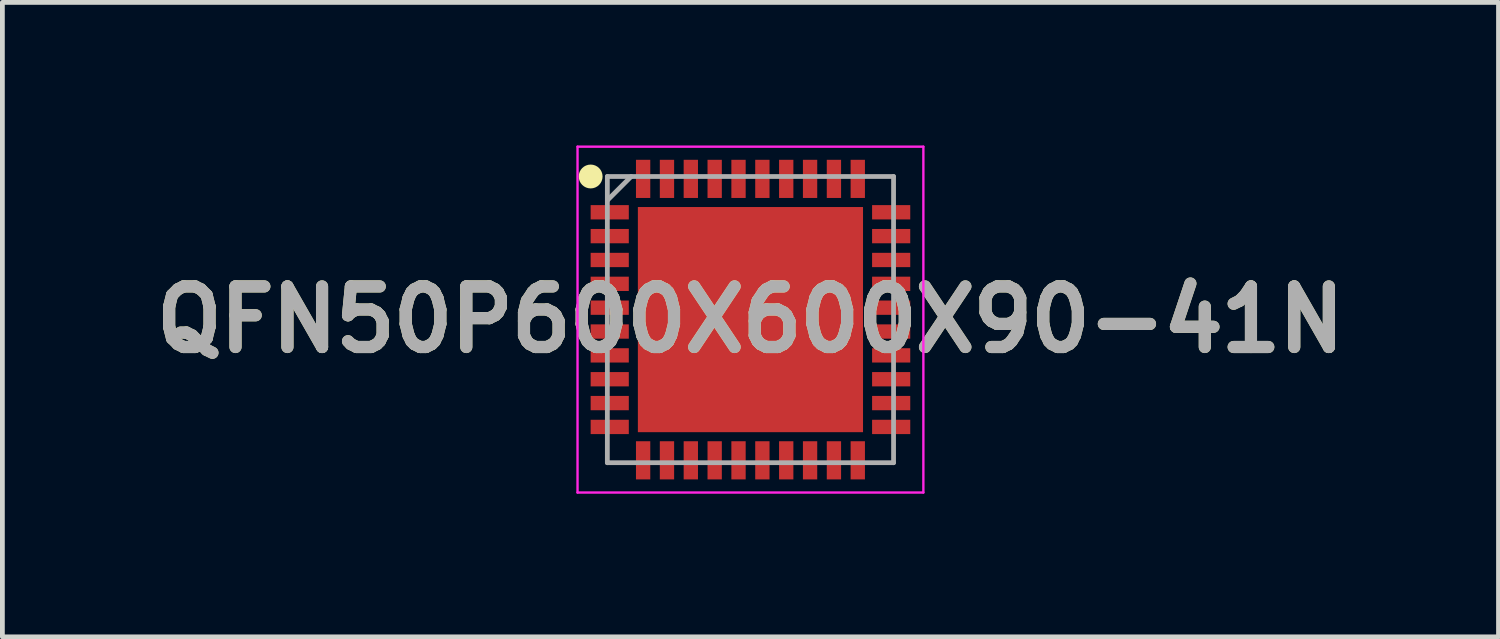
<source format=kicad_pcb>
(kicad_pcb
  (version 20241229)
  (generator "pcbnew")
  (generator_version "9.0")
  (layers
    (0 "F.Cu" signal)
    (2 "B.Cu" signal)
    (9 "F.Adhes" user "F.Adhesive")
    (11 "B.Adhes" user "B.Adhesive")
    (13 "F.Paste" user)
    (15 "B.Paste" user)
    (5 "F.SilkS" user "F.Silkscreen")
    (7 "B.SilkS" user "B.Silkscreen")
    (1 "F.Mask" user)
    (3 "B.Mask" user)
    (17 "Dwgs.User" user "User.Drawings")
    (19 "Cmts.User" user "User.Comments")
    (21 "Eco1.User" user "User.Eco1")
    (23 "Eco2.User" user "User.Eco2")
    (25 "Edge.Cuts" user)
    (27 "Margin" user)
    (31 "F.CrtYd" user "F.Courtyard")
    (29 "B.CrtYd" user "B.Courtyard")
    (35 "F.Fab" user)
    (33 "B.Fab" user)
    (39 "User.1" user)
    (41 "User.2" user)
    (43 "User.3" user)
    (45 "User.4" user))
  (footprint "QFN50P600X600X90-41N"
    (layer "F.Cu")
    (at 12.682 3.65)
    (property "Reference" "QFN50P600X600X90-41N" (at 0 0 0) (layer "F.SilkS") (effects (font (size 1.27 1.27) (thickness 0.254))))
    (attr smd)
    (fp_circle (center -3.35 -3) (end -3.35 -2.875) (stroke (width 0.25) (type solid)) (fill no) (layer "F.SilkS"))
    (fp_line (start -3.625 -3.625) (end 3.625 -3.625) (stroke (width 0.05) (type solid)) (layer "F.CrtYd"))
    (fp_line (start -3.625 3.625) (end -3.625 -3.625) (stroke (width 0.05) (type solid)) (layer "F.CrtYd"))
    (fp_line (start 3.625 -3.625) (end 3.625 3.625) (stroke (width 0.05) (type solid)) (layer "F.CrtYd"))
    (fp_line (start 3.625 3.625) (end -3.625 3.625) (stroke (width 0.05) (type solid)) (layer "F.CrtYd"))
    (fp_line (start -3 -3) (end 3 -3) (stroke (width 0.1) (type solid)) (layer "F.Fab"))
    (fp_line (start -3 -2.5) (end -2.5 -3) (stroke (width 0.1) (type solid)) (layer "F.Fab"))
    (fp_line (start -3 3) (end -3 -3) (stroke (width 0.1) (type solid)) (layer "F.Fab"))
    (fp_line (start 3 -3) (end 3 3) (stroke (width 0.1) (type solid)) (layer "F.Fab"))
    (fp_line (start 3 3) (end -3 3) (stroke (width 0.1) (type solid)) (layer "F.Fab"))
    (fp_text user "${REFERENCE}" (at 0 0 0) (layer "F.Fab") (effects (font (size 1.27 1.27) (thickness 0.254))))
    (pad "1" smd rect (at -2.95 -2.25 90) (size 0.3 0.8) (layers "F.Cu" "F.Mask" "F.Paste"))
    (pad "2" smd rect (at -2.95 -1.75 90) (size 0.3 0.8) (layers "F.Cu" "F.Mask" "F.Paste"))
    (pad "3" smd rect (at -2.95 -1.25 90) (size 0.3 0.8) (layers "F.Cu" "F.Mask" "F.Paste"))
    (pad "4" smd rect (at -2.95 -0.75 90) (size 0.3 0.8) (layers "F.Cu" "F.Mask" "F.Paste"))
    (pad "5" smd rect (at -2.95 -0.25 90) (size 0.3 0.8) (layers "F.Cu" "F.Mask" "F.Paste"))
    (pad "6" smd rect (at -2.95 0.25 90) (size 0.3 0.8) (layers "F.Cu" "F.Mask" "F.Paste"))
    (pad "7" smd rect (at -2.95 0.75 90) (size 0.3 0.8) (layers "F.Cu" "F.Mask" "F.Paste"))
    (pad "8" smd rect (at -2.95 1.25 90) (size 0.3 0.8) (layers "F.Cu" "F.Mask" "F.Paste"))
    (pad "9" smd rect (at -2.95 1.75 90) (size 0.3 0.8) (layers "F.Cu" "F.Mask" "F.Paste"))
    (pad "10" smd rect (at -2.95 2.25 90) (size 0.3 0.8) (layers "F.Cu" "F.Mask" "F.Paste"))
    (pad "11" smd rect (at -2.25 2.95) (size 0.3 0.8) (layers "F.Cu" "F.Mask" "F.Paste"))
    (pad "12" smd rect (at -1.75 2.95) (size 0.3 0.8) (layers "F.Cu" "F.Mask" "F.Paste"))
    (pad "13" smd rect (at -1.25 2.95) (size 0.3 0.8) (layers "F.Cu" "F.Mask" "F.Paste"))
    (pad "14" smd rect (at -0.75 2.95) (size 0.3 0.8) (layers "F.Cu" "F.Mask" "F.Paste"))
    (pad "15" smd rect (at -0.25 2.95) (size 0.3 0.8) (layers "F.Cu" "F.Mask" "F.Paste"))
    (pad "16" smd rect (at 0.25 2.95) (size 0.3 0.8) (layers "F.Cu" "F.Mask" "F.Paste"))
    (pad "17" smd rect (at 0.75 2.95) (size 0.3 0.8) (layers "F.Cu" "F.Mask" "F.Paste"))
    (pad "18" smd rect (at 1.25 2.95) (size 0.3 0.8) (layers "F.Cu" "F.Mask" "F.Paste"))
    (pad "19" smd rect (at 1.75 2.95) (size 0.3 0.8) (layers "F.Cu" "F.Mask" "F.Paste"))
    (pad "20" smd rect (at 2.25 2.95) (size 0.3 0.8) (layers "F.Cu" "F.Mask" "F.Paste"))
    (pad "21" smd rect (at 2.95 2.25 90) (size 0.3 0.8) (layers "F.Cu" "F.Mask" "F.Paste"))
    (pad "22" smd rect (at 2.95 1.75 90) (size 0.3 0.8) (layers "F.Cu" "F.Mask" "F.Paste"))
    (pad "23" smd rect (at 2.95 1.25 90) (size 0.3 0.8) (layers "F.Cu" "F.Mask" "F.Paste"))
    (pad "24" smd rect (at 2.95 0.75 90) (size 0.3 0.8) (layers "F.Cu" "F.Mask" "F.Paste"))
    (pad "25" smd rect (at 2.95 0.25 90) (size 0.3 0.8) (layers "F.Cu" "F.Mask" "F.Paste"))
    (pad "26" smd rect (at 2.95 -0.25 90) (size 0.3 0.8) (layers "F.Cu" "F.Mask" "F.Paste"))
    (pad "27" smd rect (at 2.95 -0.75 90) (size 0.3 0.8) (layers "F.Cu" "F.Mask" "F.Paste"))
    (pad "28" smd rect (at 2.95 -1.25 90) (size 0.3 0.8) (layers "F.Cu" "F.Mask" "F.Paste"))
    (pad "29" smd rect (at 2.95 -1.75 90) (size 0.3 0.8) (layers "F.Cu" "F.Mask" "F.Paste"))
    (pad "30" smd rect (at 2.95 -2.25 90) (size 0.3 0.8) (layers "F.Cu" "F.Mask" "F.Paste"))
    (pad "31" smd rect (at 2.25 -2.95) (size 0.3 0.8) (layers "F.Cu" "F.Mask" "F.Paste"))
    (pad "32" smd rect (at 1.75 -2.95) (size 0.3 0.8) (layers "F.Cu" "F.Mask" "F.Paste"))
    (pad "33" smd rect (at 1.25 -2.95) (size 0.3 0.8) (layers "F.Cu" "F.Mask" "F.Paste"))
    (pad "34" smd rect (at 0.75 -2.95) (size 0.3 0.8) (layers "F.Cu" "F.Mask" "F.Paste"))
    (pad "35" smd rect (at 0.25 -2.95) (size 0.3 0.8) (layers "F.Cu" "F.Mask" "F.Paste"))
    (pad "36" smd rect (at -0.25 -2.95) (size 0.3 0.8) (layers "F.Cu" "F.Mask" "F.Paste"))
    (pad "37" smd rect (at -0.75 -2.95) (size 0.3 0.8) (layers "F.Cu" "F.Mask" "F.Paste"))
    (pad "38" smd rect (at -1.25 -2.95) (size 0.3 0.8) (layers "F.Cu" "F.Mask" "F.Paste"))
    (pad "39" smd rect (at -1.75 -2.95) (size 0.3 0.8) (layers "F.Cu" "F.Mask" "F.Paste"))
    (pad "40" smd rect (at -2.25 -2.95) (size 0.3 0.8) (layers "F.Cu" "F.Mask" "F.Paste"))
    (pad "41" smd rect (at 0 0) (size 4.72 4.72) (layers "F.Cu" "F.Mask" "F.Paste")))
  (gr_rect
    (start -3 -3)
    (end 28.364 10.3)
    (stroke (width 0.1) (type default))
    (fill no)
    (layer "Edge.Cuts")))
</source>
